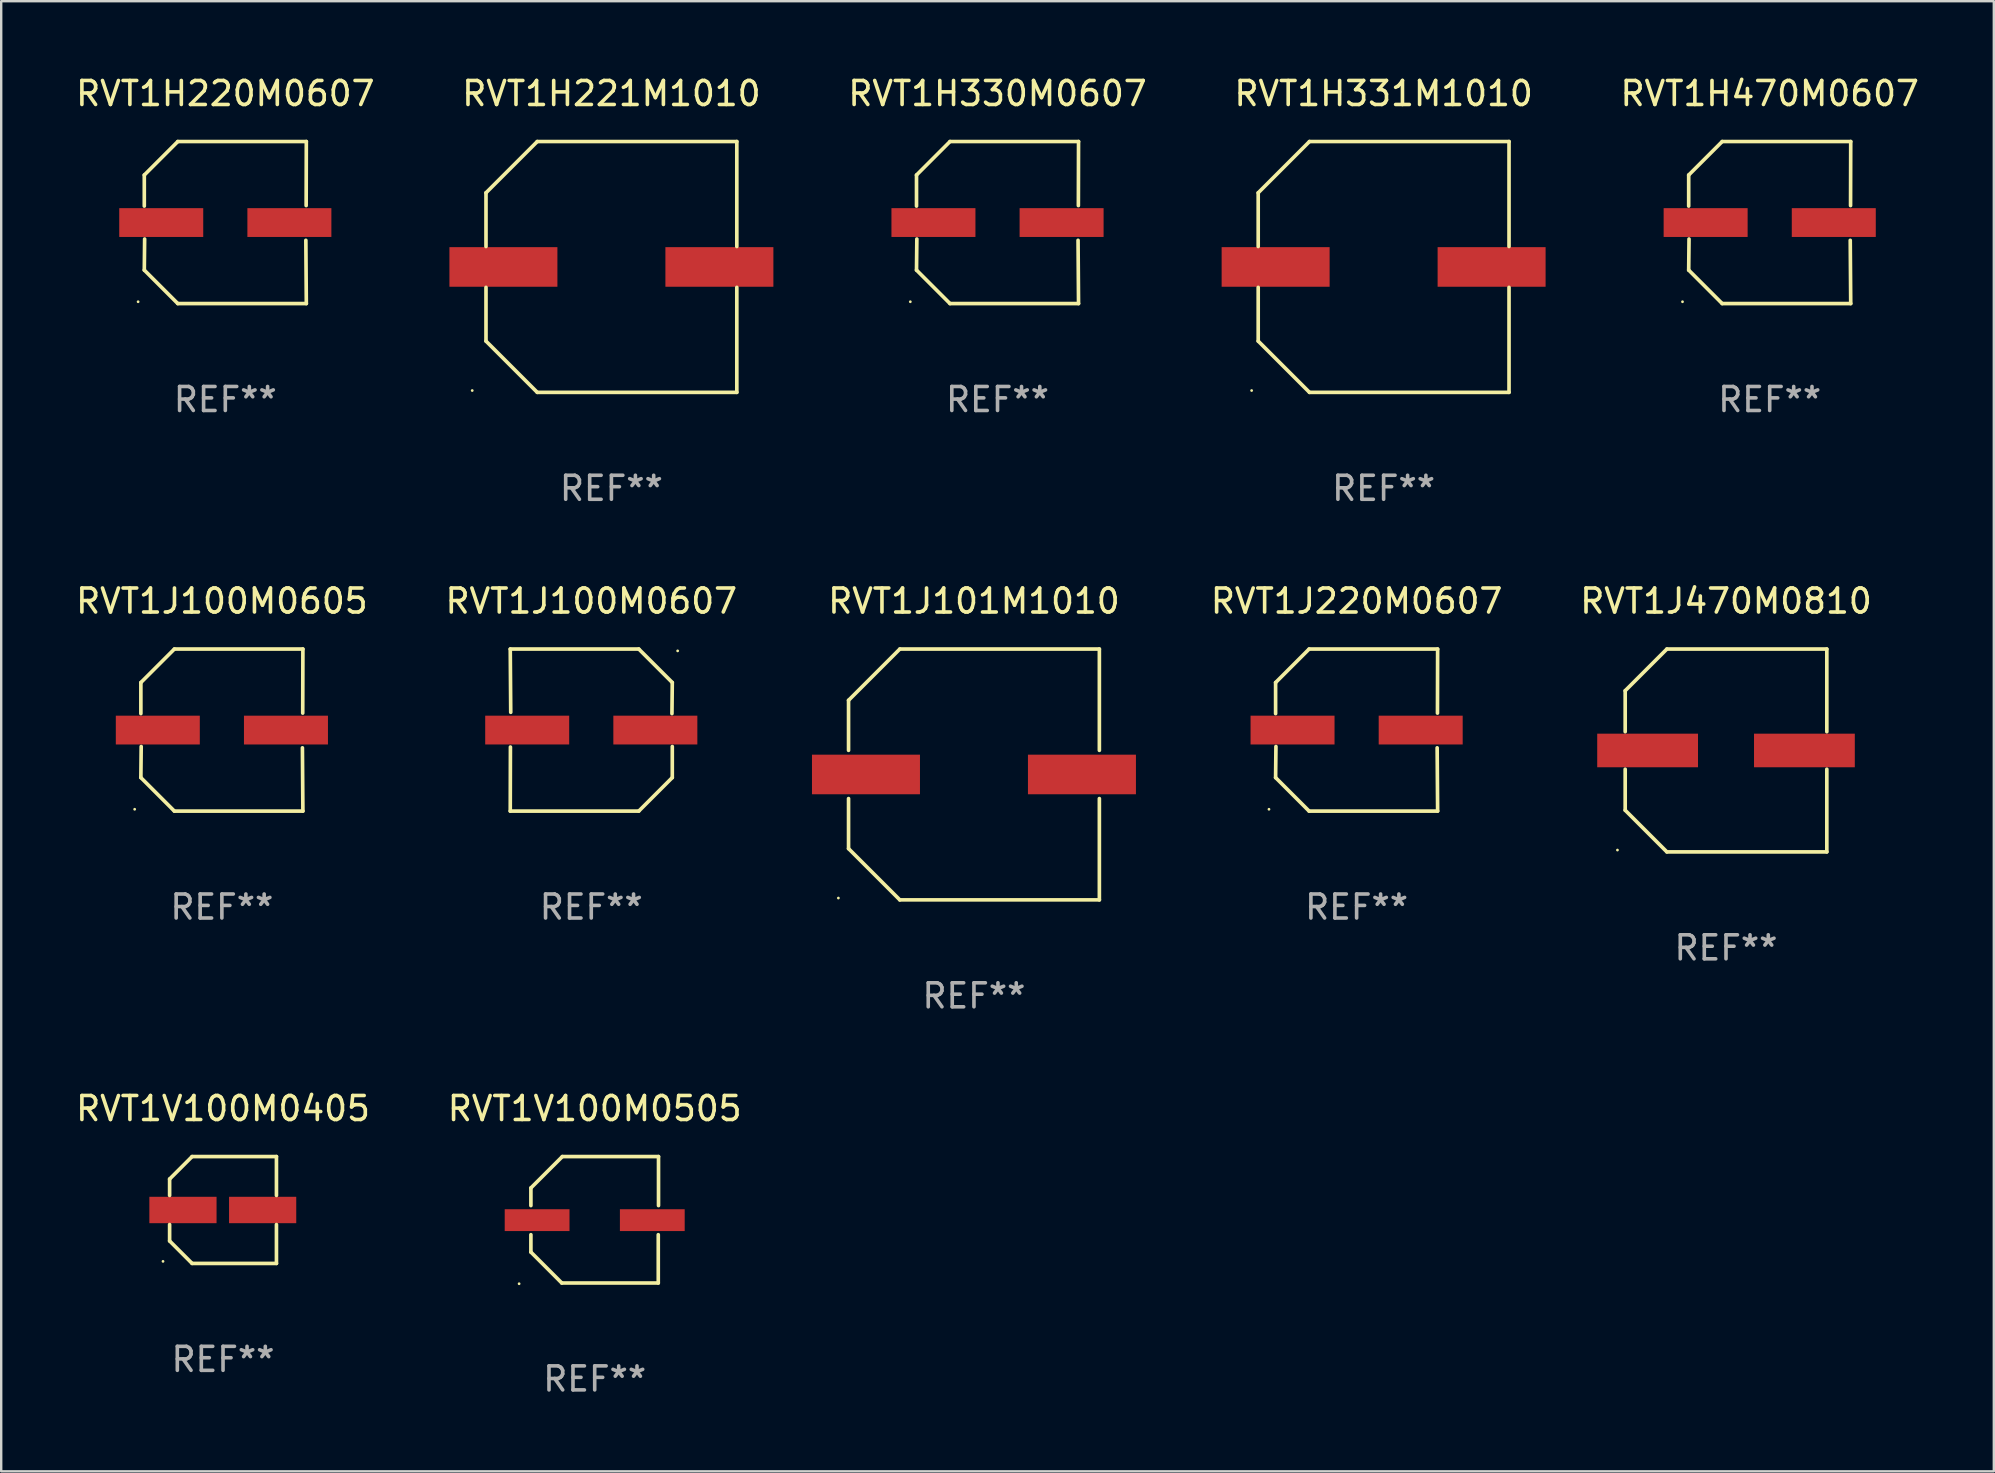
<source format=kicad_pcb>
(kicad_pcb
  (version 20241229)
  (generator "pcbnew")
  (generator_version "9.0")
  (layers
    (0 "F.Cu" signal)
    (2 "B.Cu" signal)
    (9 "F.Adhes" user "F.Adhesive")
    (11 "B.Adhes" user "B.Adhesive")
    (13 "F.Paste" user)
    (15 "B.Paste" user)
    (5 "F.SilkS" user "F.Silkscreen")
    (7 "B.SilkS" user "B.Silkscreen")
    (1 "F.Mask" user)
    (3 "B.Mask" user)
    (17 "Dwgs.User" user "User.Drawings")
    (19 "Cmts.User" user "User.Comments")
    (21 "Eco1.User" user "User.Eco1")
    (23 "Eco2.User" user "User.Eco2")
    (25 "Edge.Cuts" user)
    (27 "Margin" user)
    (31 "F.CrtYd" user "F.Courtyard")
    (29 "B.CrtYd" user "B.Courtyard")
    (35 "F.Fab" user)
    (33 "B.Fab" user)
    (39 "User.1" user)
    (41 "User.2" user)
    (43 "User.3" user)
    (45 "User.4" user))
  (footprint "RVT1J220M0607"
    (layer "F.Cu")
    (at 53.482 27.373)
    (property "Reference" "RVT1J220M0607" (at 0 -5.376 0) (layer "F.SilkS") (effects (font (size 1 1) (thickness 0.15))))
    (attr through_hole)
    (fp_line (start -3.376 -1.98) (end -3.376 -0.686) (stroke (width 0.152) (type solid)) (layer "F.SilkS"))
    (fp_line (start -3.376 1.981) (end -3.362 0.686) (stroke (width 0.152) (type solid)) (layer "F.SilkS"))
    (fp_line (start -1.981 3.376) (end -3.376 1.981) (stroke (width 0.152) (type solid)) (layer "F.SilkS"))
    (fp_line (start -1.98 -3.376) (end -3.376 -1.98) (stroke (width 0.152) (type solid)) (layer "F.SilkS"))
    (fp_line (start 3.356 0.74) (end 3.376 3.376) (stroke (width 0.152) (type solid)) (layer "F.SilkS"))
    (fp_line (start 3.369 -0.707) (end 3.376 -3.376) (stroke (width 0.152) (type solid)) (layer "F.SilkS"))
    (fp_line (start 3.376 3.376) (end -1.981 3.376) (stroke (width 0.152) (type solid)) (layer "F.SilkS"))
    (fp_line (start 3.376 -3.376) (end -1.98 -3.376) (stroke (width 0.152) (type solid)) (layer "F.SilkS"))
    (fp_circle (center -3.652 3.3) (end -3.622 3.3) (stroke (width 0.06) (type solid)) (fill no) (layer "F.SilkS"))
    (fp_text user "REF**" (at 0 7.376 0) (layer "F.Fab") (effects (font (size 1 1) (thickness 0.15))))
    (pad "1" smd rect (at -2.67 0.000229) (size 3.5 1.2) (layers "F.Cu" "F.Mask" "F.Paste"))
    (pad "2" smd rect (at 2.67 0.000229) (size 3.5 1.2) (layers "F.Cu" "F.Mask" "F.Paste")))
  (footprint "RVT1H330M0607"
    (layer "F.Cu")
    (at 38.518 6.224)
    (property "Reference" "RVT1H330M0607" (at 0 -5.376 0) (layer "F.SilkS") (effects (font (size 1 1) (thickness 0.15))))
    (attr through_hole)
    (fp_line (start -3.376 -1.98) (end -3.376 -0.686) (stroke (width 0.152) (type solid)) (layer "F.SilkS"))
    (fp_line (start -3.376 1.981) (end -3.362 0.686) (stroke (width 0.152) (type solid)) (layer "F.SilkS"))
    (fp_line (start -1.981 3.376) (end -3.376 1.981) (stroke (width 0.152) (type solid)) (layer "F.SilkS"))
    (fp_line (start -1.98 -3.376) (end -3.376 -1.98) (stroke (width 0.152) (type solid)) (layer "F.SilkS"))
    (fp_line (start 3.356 0.74) (end 3.376 3.376) (stroke (width 0.152) (type solid)) (layer "F.SilkS"))
    (fp_line (start 3.369 -0.707) (end 3.376 -3.376) (stroke (width 0.152) (type solid)) (layer "F.SilkS"))
    (fp_line (start 3.376 3.376) (end -1.981 3.376) (stroke (width 0.152) (type solid)) (layer "F.SilkS"))
    (fp_line (start 3.376 -3.376) (end -1.98 -3.376) (stroke (width 0.152) (type solid)) (layer "F.SilkS"))
    (fp_circle (center -3.634 3.3) (end -3.604 3.3) (stroke (width 0.06) (type solid)) (fill no) (layer "F.SilkS"))
    (fp_text user "REF**" (at 0 7.376 0) (layer "F.Fab") (effects (font (size 1 1) (thickness 0.15))))
    (pad "1" smd rect (at -2.67 0.000254) (size 3.5 1.2) (layers "F.Cu" "F.Mask" "F.Paste"))
    (pad "2" smd rect (at 2.67 0.000254) (size 3.5 1.2) (layers "F.Cu" "F.Mask" "F.Paste")))
  (footprint "RVT1J100M0605"
    (layer "F.Cu")
    (at 6.196 27.373)
    (property "Reference" "RVT1J100M0605" (at 0 -5.376 0) (layer "F.SilkS") (effects (font (size 1 1) (thickness 0.15))))
    (attr through_hole)
    (fp_line (start -3.376 -1.98) (end -3.376 -0.686) (stroke (width 0.152) (type solid)) (layer "F.SilkS"))
    (fp_line (start -3.376 1.981) (end -3.362 0.686) (stroke (width 0.152) (type solid)) (layer "F.SilkS"))
    (fp_line (start -1.981 3.376) (end -3.376 1.981) (stroke (width 0.152) (type solid)) (layer "F.SilkS"))
    (fp_line (start -1.98 -3.376) (end -3.376 -1.98) (stroke (width 0.152) (type solid)) (layer "F.SilkS"))
    (fp_line (start 3.356 0.74) (end 3.376 3.376) (stroke (width 0.152) (type solid)) (layer "F.SilkS"))
    (fp_line (start 3.369 -0.707) (end 3.376 -3.376) (stroke (width 0.152) (type solid)) (layer "F.SilkS"))
    (fp_line (start 3.376 3.376) (end -1.981 3.376) (stroke (width 0.152) (type solid)) (layer "F.SilkS"))
    (fp_line (start 3.376 -3.376) (end -1.98 -3.376) (stroke (width 0.152) (type solid)) (layer "F.SilkS"))
    (fp_circle (center -3.634 3.3) (end -3.604 3.3) (stroke (width 0.06) (type solid)) (fill no) (layer "F.SilkS"))
    (fp_text user "REF**" (at 0 7.376 0) (layer "F.Fab") (effects (font (size 1 1) (thickness 0.15))))
    (pad "1" smd rect (at -2.67 0.000254) (size 3.5 1.2) (layers "F.Cu" "F.Mask" "F.Paste"))
    (pad "2" smd rect (at 2.67 0.000254) (size 3.5 1.2) (layers "F.Cu" "F.Mask" "F.Paste")))
  (footprint "RVT1J470M0810"
    (layer "F.Cu")
    (at 68.875 28.223)
    (property "Reference" "RVT1J470M0810" (at 0 -6.226 0) (layer "F.SilkS") (effects (font (size 1 1) (thickness 0.15))))
    (attr through_hole)
    (fp_line (start -4.201 -2.49) (end -4.201 -0.782) (stroke (width 0.152) (type solid)) (layer "F.SilkS"))
    (fp_line (start -4.201 2.49) (end -4.201 0.782) (stroke (width 0.152) (type solid)) (layer "F.SilkS"))
    (fp_line (start -2.465 -4.226) (end -4.201 -2.49) (stroke (width 0.152) (type solid)) (layer "F.SilkS"))
    (fp_line (start -2.465 4.226) (end -4.201 2.49) (stroke (width 0.152) (type solid)) (layer "F.SilkS"))
    (fp_line (start 4.201 -4.226) (end -2.465 -4.226) (stroke (width 0.152) (type solid)) (layer "F.SilkS"))
    (fp_line (start 4.201 -0.782) (end 4.201 -4.226) (stroke (width 0.152) (type solid)) (layer "F.SilkS"))
    (fp_line (start 4.201 0.782) (end 4.201 4.226) (stroke (width 0.152) (type solid)) (layer "F.SilkS"))
    (fp_line (start 4.201 4.226) (end -2.465 4.226) (stroke (width 0.152) (type solid)) (layer "F.SilkS"))
    (fp_circle (center -4.524 4.15) (end -4.494 4.15) (stroke (width 0.06) (type solid)) (fill no) (layer "F.SilkS"))
    (fp_text user "REF**" (at 0 8.226 0) (layer "F.Fab") (effects (font (size 1 1) (thickness 0.15))))
    (pad "1" smd rect (at -3.267 0) (size 4.2 1.4) (layers "F.Cu" "F.Mask" "F.Paste"))
    (pad "2" smd rect (at 3.267 0) (size 4.2 1.4) (layers "F.Cu" "F.Mask" "F.Paste")))
  (footprint "RVT1H331M1010"
    (layer "F.Cu")
    (at 54.607 8.074)
    (property "Reference" "RVT1H331M1010" (at 0 -7.226 0) (layer "F.SilkS") (effects (font (size 1 1) (thickness 0.15))))
    (attr through_hole)
    (fp_line (start -5.226 -3.09) (end -5.226 -0.852) (stroke (width 0.152) (type solid)) (layer "F.SilkS"))
    (fp_line (start -5.226 3.09) (end -5.226 0.852) (stroke (width 0.152) (type solid)) (layer "F.SilkS"))
    (fp_line (start -3.09 -5.226) (end -5.226 -3.09) (stroke (width 0.152) (type solid)) (layer "F.SilkS"))
    (fp_line (start -3.09 5.226) (end -5.226 3.09) (stroke (width 0.152) (type solid)) (layer "F.SilkS"))
    (fp_line (start 5.226 -5.226) (end -3.09 -5.226) (stroke (width 0.152) (type solid)) (layer "F.SilkS"))
    (fp_line (start 5.226 -0.852) (end 5.226 -5.226) (stroke (width 0.152) (type solid)) (layer "F.SilkS"))
    (fp_line (start 5.226 0.852) (end 5.226 5.226) (stroke (width 0.152) (type solid)) (layer "F.SilkS"))
    (fp_line (start 5.226 5.226) (end -3.09 5.226) (stroke (width 0.152) (type solid)) (layer "F.SilkS"))
    (fp_circle (center -5.5 5.15) (end -5.47 5.15) (stroke (width 0.06) (type solid)) (fill no) (layer "F.SilkS"))
    (fp_text user "REF**" (at 0 9.226 0) (layer "F.Fab") (effects (font (size 1 1) (thickness 0.15))))
    (pad "1" smd rect (at -4.5 -0.000025) (size 4.5 1.65) (layers "F.Cu" "F.Mask" "F.Paste"))
    (pad "2" smd rect (at 4.5 -0.000025) (size 4.5 1.65) (layers "F.Cu" "F.Mask" "F.Paste")))
  (footprint "RVT1H221M1010"
    (layer "F.Cu")
    (at 22.428 8.074)
    (property "Reference" "RVT1H221M1010" (at 0 -7.226 0) (layer "F.SilkS") (effects (font (size 1 1) (thickness 0.15))))
    (attr through_hole)
    (fp_line (start -5.226 -3.09) (end -5.226 -0.852) (stroke (width 0.152) (type solid)) (layer "F.SilkS"))
    (fp_line (start -5.226 3.09) (end -5.226 0.852) (stroke (width 0.152) (type solid)) (layer "F.SilkS"))
    (fp_line (start -3.09 -5.226) (end -5.226 -3.09) (stroke (width 0.152) (type solid)) (layer "F.SilkS"))
    (fp_line (start -3.09 5.226) (end -5.226 3.09) (stroke (width 0.152) (type solid)) (layer "F.SilkS"))
    (fp_line (start 5.226 -5.226) (end -3.09 -5.226) (stroke (width 0.152) (type solid)) (layer "F.SilkS"))
    (fp_line (start 5.226 -0.852) (end 5.226 -5.226) (stroke (width 0.152) (type solid)) (layer "F.SilkS"))
    (fp_line (start 5.226 0.852) (end 5.226 5.226) (stroke (width 0.152) (type solid)) (layer "F.SilkS"))
    (fp_line (start 5.226 5.226) (end -3.09 5.226) (stroke (width 0.152) (type solid)) (layer "F.SilkS"))
    (fp_circle (center -5.8 5.15) (end -5.77 5.15) (stroke (width 0.06) (type solid)) (fill no) (layer "F.SilkS"))
    (fp_text user "REF**" (at 0 9.226 0) (layer "F.Fab") (effects (font (size 1 1) (thickness 0.15))))
    (pad "1" smd rect (at -4.5 0) (size 4.5 1.65) (layers "F.Cu" "F.Mask" "F.Paste"))
    (pad "2" smd rect (at 4.5 0) (size 4.5 1.65) (layers "F.Cu" "F.Mask" "F.Paste")))
  (footprint "RVT1H220M0607"
    (layer "F.Cu")
    (at 6.339 6.224)
    (property "Reference" "RVT1H220M0607" (at 0 -5.376 0) (layer "F.SilkS") (effects (font (size 1 1) (thickness 0.15))))
    (attr through_hole)
    (fp_line (start -3.376 -1.98) (end -3.376 -0.686) (stroke (width 0.152) (type solid)) (layer "F.SilkS"))
    (fp_line (start -3.376 1.981) (end -3.362 0.686) (stroke (width 0.152) (type solid)) (layer "F.SilkS"))
    (fp_line (start -1.981 3.376) (end -3.376 1.981) (stroke (width 0.152) (type solid)) (layer "F.SilkS"))
    (fp_line (start -1.98 -3.376) (end -3.376 -1.98) (stroke (width 0.152) (type solid)) (layer "F.SilkS"))
    (fp_line (start 3.356 0.74) (end 3.376 3.376) (stroke (width 0.152) (type solid)) (layer "F.SilkS"))
    (fp_line (start 3.369 -0.707) (end 3.376 -3.376) (stroke (width 0.152) (type solid)) (layer "F.SilkS"))
    (fp_line (start 3.376 3.376) (end -1.981 3.376) (stroke (width 0.152) (type solid)) (layer "F.SilkS"))
    (fp_line (start 3.376 -3.376) (end -1.98 -3.376) (stroke (width 0.152) (type solid)) (layer "F.SilkS"))
    (fp_circle (center -3.634 3.3) (end -3.604 3.3) (stroke (width 0.06) (type solid)) (fill no) (layer "F.SilkS"))
    (fp_text user "REF**" (at 0 7.376 0) (layer "F.Fab") (effects (font (size 1 1) (thickness 0.15))))
    (pad "1" smd rect (at -2.67 0.000254) (size 3.5 1.2) (layers "F.Cu" "F.Mask" "F.Paste"))
    (pad "2" smd rect (at 2.67 0.000254) (size 3.5 1.2) (layers "F.Cu" "F.Mask" "F.Paste")))
  (footprint "RVT1V100M0505"
    (layer "F.Cu")
    (at 21.732 47.78)
    (property "Reference" "RVT1V100M0505" (at 0 -4.634 0) (layer "F.SilkS") (effects (font (size 1 1) (thickness 0.15))))
    (attr through_hole)
    (fp_line (start -2.659 -1.326) (end -2.659 -0.592) (stroke (width 0.152) (type solid)) (layer "F.SilkS"))
    (fp_line (start -2.659 1.346) (end -2.659 0.622) (stroke (width 0.152) (type solid)) (layer "F.SilkS"))
    (fp_line (start -1.372 2.634) (end -2.659 1.346) (stroke (width 0.152) (type solid)) (layer "F.SilkS"))
    (fp_line (start -1.349 -2.634) (end -2.659 -1.326) (stroke (width 0.152) (type solid)) (layer "F.SilkS"))
    (fp_line (start 2.649 0.622) (end 2.649 2.634) (stroke (width 0.152) (type solid)) (layer "F.SilkS"))
    (fp_line (start 2.649 2.634) (end -1.372 2.634) (stroke (width 0.152) (type solid)) (layer "F.SilkS"))
    (fp_line (start 2.659 -2.634) (end -1.349 -2.634) (stroke (width 0.152) (type solid)) (layer "F.SilkS"))
    (fp_line (start 2.659 -0.592) (end 2.659 -2.634) (stroke (width 0.152) (type solid)) (layer "F.SilkS"))
    (fp_circle (center -3.15 2.665) (end -3.12 2.665) (stroke (width 0.06) (type solid)) (fill no) (layer "F.SilkS"))
    (fp_text user "REF**" (at 0 6.634 0) (layer "F.Fab") (effects (font (size 1 1) (thickness 0.15))))
    (pad "1" smd rect (at -2.4 0.015) (size 2.7 0.91) (layers "F.Cu" "F.Mask" "F.Paste"))
    (pad "2" smd rect (at 2.4 0.015) (size 2.7 0.91) (layers "F.Cu" "F.Mask" "F.Paste")))
  (footprint "RVT1J101M1010"
    (layer "F.Cu")
    (at 37.536 29.223)
    (property "Reference" "RVT1J101M1010" (at 0 -7.226 0) (layer "F.SilkS") (effects (font (size 1 1) (thickness 0.15))))
    (attr through_hole)
    (fp_line (start -5.226 -3.09) (end -5.226 -1.005) (stroke (width 0.152) (type solid)) (layer "F.SilkS"))
    (fp_line (start -5.226 1.005) (end -5.226 3.09) (stroke (width 0.152) (type solid)) (layer "F.SilkS"))
    (fp_line (start -3.09 -5.226) (end -5.226 -3.09) (stroke (width 0.152) (type solid)) (layer "F.SilkS"))
    (fp_line (start -3.09 5.226) (end -5.226 3.09) (stroke (width 0.152) (type solid)) (layer "F.SilkS"))
    (fp_line (start 5.226 -5.226) (end -3.09 -5.226) (stroke (width 0.152) (type solid)) (layer "F.SilkS"))
    (fp_line (start 5.226 -1.005) (end 5.226 -5.226) (stroke (width 0.152) (type solid)) (layer "F.SilkS"))
    (fp_line (start 5.226 5.226) (end -3.09 5.226) (stroke (width 0.152) (type solid)) (layer "F.SilkS"))
    (fp_line (start 5.226 5.226) (end 5.226 1.005) (stroke (width 0.152) (type solid)) (layer "F.SilkS"))
    (fp_circle (center -5.65 5.15) (end -5.62 5.15) (stroke (width 0.06) (type solid)) (fill no) (layer "F.SilkS"))
    (fp_text user "REF**" (at 0 9.226 0) (layer "F.Fab") (effects (font (size 1 1) (thickness 0.15))))
    (pad "1" smd rect (at -4.5 0) (size 4.5 1.65) (layers "F.Cu" "F.Mask" "F.Paste"))
    (pad "2" smd rect (at 4.5 0) (size 4.5 1.65) (layers "F.Cu" "F.Mask" "F.Paste")))
  (footprint "RVT1V100M0405"
    (layer "F.Cu")
    (at 6.244 47.372)
    (property "Reference" "RVT1V100M0405" (at 0 -4.226 0) (layer "F.SilkS") (effects (font (size 1 1) (thickness 0.15))))
    (attr through_hole)
    (fp_line (start -2.226 -1.29) (end -2.226 -0.607) (stroke (width 0.152) (type solid)) (layer "F.SilkS"))
    (fp_line (start -2.226 1.29) (end -2.226 0.607) (stroke (width 0.152) (type solid)) (layer "F.SilkS"))
    (fp_line (start -1.29 -2.226) (end -2.226 -1.29) (stroke (width 0.152) (type solid)) (layer "F.SilkS"))
    (fp_line (start -1.29 2.226) (end -2.226 1.29) (stroke (width 0.152) (type solid)) (layer "F.SilkS"))
    (fp_line (start 2.226 -2.226) (end -1.29 -2.226) (stroke (width 0.152) (type solid)) (layer "F.SilkS"))
    (fp_line (start 2.226 -0.607) (end 2.226 -2.226) (stroke (width 0.152) (type solid)) (layer "F.SilkS"))
    (fp_line (start 2.226 0.607) (end 2.226 2.226) (stroke (width 0.152) (type solid)) (layer "F.SilkS"))
    (fp_line (start 2.226 2.226) (end -1.29 2.226) (stroke (width 0.152) (type solid)) (layer "F.SilkS"))
    (fp_circle (center -2.501 2.141) (end -2.471 2.141) (stroke (width 0.06) (type solid)) (fill no) (layer "F.SilkS"))
    (fp_text user "REF**" (at 0 6.226 0) (layer "F.Fab") (effects (font (size 1 1) (thickness 0.15))))
    (pad "1" smd rect (at -1.67 -0.000025) (size 2.8 1.1) (layers "F.Cu" "F.Mask" "F.Paste"))
    (pad "2" smd rect (at 1.651 -0.000025) (size 2.8 1.1) (layers "F.Cu" "F.Mask" "F.Paste")))
  (footprint "RVT1J100M0607"
    (layer "F.Cu")
    (at 21.589 27.373)
    (property "Reference" "RVT1J100M0607" (at 0 -5.376 0) (layer "F.SilkS") (effects (font (size 1 1) (thickness 0.15))))
    (attr through_hole)
    (fp_line (start -3.376 3.376) (end 1.98 3.376) (stroke (width 0.152) (type solid)) (layer "F.SilkS"))
    (fp_line (start -3.376 -3.376) (end 1.981 -3.376) (stroke (width 0.152) (type solid)) (layer "F.SilkS"))
    (fp_line (start -3.369 0.707) (end -3.376 3.376) (stroke (width 0.152) (type solid)) (layer "F.SilkS"))
    (fp_line (start -3.356 -0.74) (end -3.376 -3.376) (stroke (width 0.152) (type solid)) (layer "F.SilkS"))
    (fp_line (start 1.98 3.376) (end 3.376 1.98) (stroke (width 0.152) (type solid)) (layer "F.SilkS"))
    (fp_line (start 1.981 -3.376) (end 3.376 -1.981) (stroke (width 0.152) (type solid)) (layer "F.SilkS"))
    (fp_line (start 3.376 -1.981) (end 3.362 -0.686) (stroke (width 0.152) (type solid)) (layer "F.SilkS"))
    (fp_line (start 3.376 1.98) (end 3.376 0.686) (stroke (width 0.152) (type solid)) (layer "F.SilkS"))
    (fp_circle (center 3.6 -3.3) (end 3.63 -3.3) (stroke (width 0.06) (type solid)) (fill no) (layer "F.SilkS"))
    (fp_text user "REF**" (at 0 7.376 0) (layer "F.Fab") (effects (font (size 1 1) (thickness 0.15))))
    (pad "1" smd rect (at 2.67 -0.000127 180) (size 3.5 1.2) (layers "F.Cu" "F.Mask" "F.Paste"))
    (pad "2" smd rect (at -2.67 -0.000127 180) (size 3.5 1.2) (layers "F.Cu" "F.Mask" "F.Paste")))
  (footprint "RVT1H470M0607"
    (layer "F.Cu")
    (at 70.696 6.224)
    (property "Reference" "RVT1H470M0607" (at 0 -5.376 0) (layer "F.SilkS") (effects (font (size 1 1) (thickness 0.15))))
    (attr through_hole)
    (fp_line (start -3.376 -1.98) (end -3.376 -0.686) (stroke (width 0.152) (type solid)) (layer "F.SilkS"))
    (fp_line (start -3.376 1.981) (end -3.362 0.686) (stroke (width 0.152) (type solid)) (layer "F.SilkS"))
    (fp_line (start -1.981 3.376) (end -3.376 1.981) (stroke (width 0.152) (type solid)) (layer "F.SilkS"))
    (fp_line (start -1.98 -3.376) (end -3.376 -1.98) (stroke (width 0.152) (type solid)) (layer "F.SilkS"))
    (fp_line (start 3.356 0.74) (end 3.376 3.376) (stroke (width 0.152) (type solid)) (layer "F.SilkS"))
    (fp_line (start 3.369 -0.707) (end 3.376 -3.376) (stroke (width 0.152) (type solid)) (layer "F.SilkS"))
    (fp_line (start 3.376 3.376) (end -1.981 3.376) (stroke (width 0.152) (type solid)) (layer "F.SilkS"))
    (fp_line (start 3.376 -3.376) (end -1.98 -3.376) (stroke (width 0.152) (type solid)) (layer "F.SilkS"))
    (fp_circle (center -3.634 3.3) (end -3.604 3.3) (stroke (width 0.06) (type solid)) (fill no) (layer "F.SilkS"))
    (fp_text user "REF**" (at 0 7.376 0) (layer "F.Fab") (effects (font (size 1 1) (thickness 0.15))))
    (pad "1" smd rect (at -2.67 0.000254) (size 3.5 1.2) (layers "F.Cu" "F.Mask" "F.Paste"))
    (pad "2" smd rect (at 2.67 0.000254) (size 3.5 1.2) (layers "F.Cu" "F.Mask" "F.Paste")))
  (gr_rect
    (start -3 -3)
    (end 80.035 58.262)
    (stroke (width 0.1) (type default))
    (fill no)
    (layer "Edge.Cuts")))
</source>
